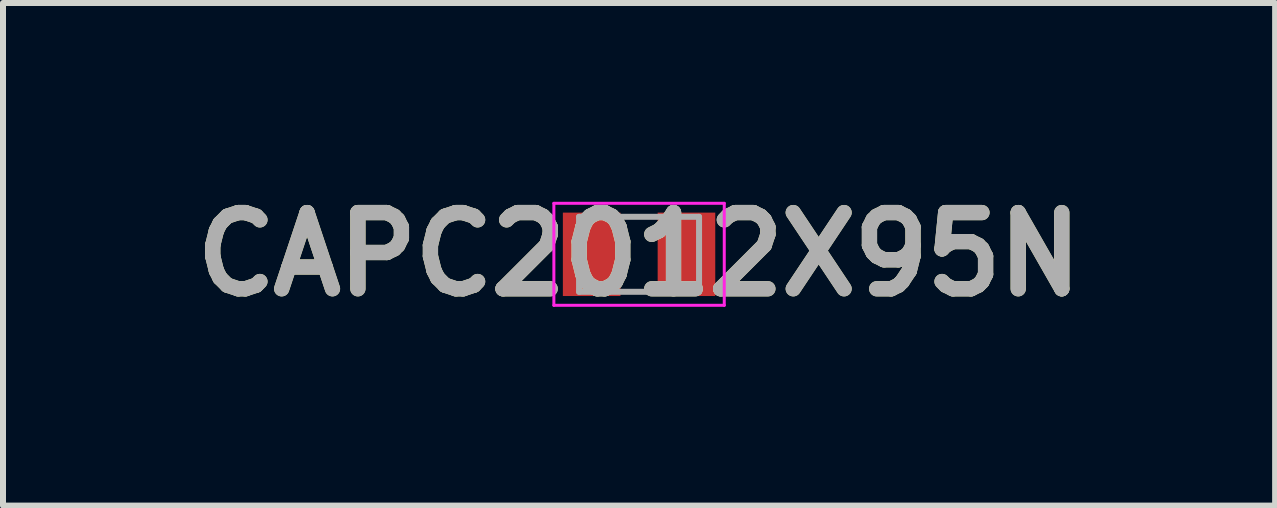
<source format=kicad_pcb>
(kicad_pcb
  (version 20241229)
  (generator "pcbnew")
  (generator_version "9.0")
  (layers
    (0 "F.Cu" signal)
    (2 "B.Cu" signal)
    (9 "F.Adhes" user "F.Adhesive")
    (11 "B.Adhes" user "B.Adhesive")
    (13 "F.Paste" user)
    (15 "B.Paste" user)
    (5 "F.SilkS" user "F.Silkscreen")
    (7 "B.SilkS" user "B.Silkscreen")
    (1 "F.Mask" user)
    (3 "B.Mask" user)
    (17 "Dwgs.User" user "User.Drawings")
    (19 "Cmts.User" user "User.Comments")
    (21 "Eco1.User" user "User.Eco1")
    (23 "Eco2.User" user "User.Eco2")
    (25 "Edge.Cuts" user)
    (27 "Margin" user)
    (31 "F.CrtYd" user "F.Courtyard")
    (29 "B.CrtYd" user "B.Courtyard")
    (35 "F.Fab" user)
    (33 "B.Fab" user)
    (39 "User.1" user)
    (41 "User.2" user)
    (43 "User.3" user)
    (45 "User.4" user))
  (footprint "CAPC2012X95N"
    (layer "F.Cu")
    (at 7.602 1.189)
    (property "Reference" "CAPC2012X95N" (at 0 0 0) (layer "F.SilkS") (effects (font (size 1.27 1.27) (thickness 0.254))))
    (attr smd)
    (fp_line (start -1.42 -0.85) (end 1.42 -0.85) (stroke (width 0.05) (type solid)) (layer "F.CrtYd"))
    (fp_line (start -1.42 0.85) (end -1.42 -0.85) (stroke (width 0.05) (type solid)) (layer "F.CrtYd"))
    (fp_line (start 1.42 -0.85) (end 1.42 0.85) (stroke (width 0.05) (type solid)) (layer "F.CrtYd"))
    (fp_line (start 1.42 0.85) (end -1.42 0.85) (stroke (width 0.05) (type solid)) (layer "F.CrtYd"))
    (fp_line (start -1 -0.625) (end 1 -0.625) (stroke (width 0.1) (type solid)) (layer "F.Fab"))
    (fp_line (start -1 0.625) (end -1 -0.625) (stroke (width 0.1) (type solid)) (layer "F.Fab"))
    (fp_line (start 1 -0.625) (end 1 0.625) (stroke (width 0.1) (type solid)) (layer "F.Fab"))
    (fp_line (start 1 0.625) (end -1 0.625) (stroke (width 0.1) (type solid)) (layer "F.Fab"))
    (fp_text user "${REFERENCE}" (at 0 0 0) (layer "F.Fab") (effects (font (size 1.27 1.27) (thickness 0.254))))
    (pad "1" smd rect (at -0.79 0) (size 0.96 1.39) (layers "F.Cu" "F.Mask" "F.Paste"))
    (pad "2" smd rect (at 0.79 0) (size 0.96 1.39) (layers "F.Cu" "F.Mask" "F.Paste")))
  (gr_rect
    (start -3 -3)
    (end 18.204 5.377)
    (stroke (width 0.1) (type default))
    (fill no)
    (layer "Edge.Cuts")))
</source>
